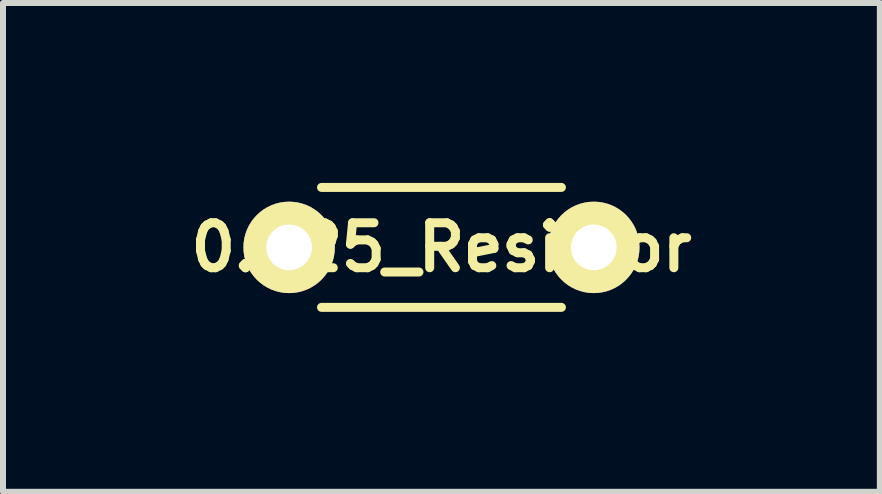
<source format=kicad_pcb>
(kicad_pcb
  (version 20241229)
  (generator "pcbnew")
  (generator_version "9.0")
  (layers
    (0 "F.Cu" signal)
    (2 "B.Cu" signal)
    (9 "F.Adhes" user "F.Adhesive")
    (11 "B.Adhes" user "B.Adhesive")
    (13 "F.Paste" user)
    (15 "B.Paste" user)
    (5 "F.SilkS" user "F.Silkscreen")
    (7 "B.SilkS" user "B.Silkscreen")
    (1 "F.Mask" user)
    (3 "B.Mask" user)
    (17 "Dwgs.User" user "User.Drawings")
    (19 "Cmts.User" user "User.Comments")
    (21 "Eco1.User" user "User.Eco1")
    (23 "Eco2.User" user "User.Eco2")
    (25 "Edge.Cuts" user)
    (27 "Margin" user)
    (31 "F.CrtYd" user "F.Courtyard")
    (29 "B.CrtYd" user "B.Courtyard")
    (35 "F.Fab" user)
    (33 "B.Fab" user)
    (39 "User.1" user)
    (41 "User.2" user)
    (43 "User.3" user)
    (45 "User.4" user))
  (footprint "0.125_Resistor"
    (layer "F.Cu")
    (at 4.311 1.075)
    (property "Reference" "0.125_Resistor" (at 0 0 0) (layer "F.SilkS") (effects (font (size 0.75 0.75) (thickness 0.15))))
    (attr through_hole)
    (fp_line (start -2 -1) (end 2 -1) (stroke (width 0.15) (type solid)) (layer "F.SilkS"))
    (fp_line (start -2 1) (end 2 1) (stroke (width 0.15) (type solid)) (layer "F.SilkS"))
    (pad "1" thru_hole circle (at -2.54 0) (size 1.524 1.524) (drill 0.762) (layers "*.Cu" "*.Mask" "F.SilkS"))
    (pad "2" thru_hole circle (at 2.54 0) (size 1.524 1.524) (drill 0.762) (layers "*.Cu" "*.Mask" "F.SilkS")))
  (gr_rect
    (start -3 -3)
    (end 11.621 5.15)
    (stroke (width 0.1) (type default))
    (fill no)
    (layer "Edge.Cuts")))
</source>
